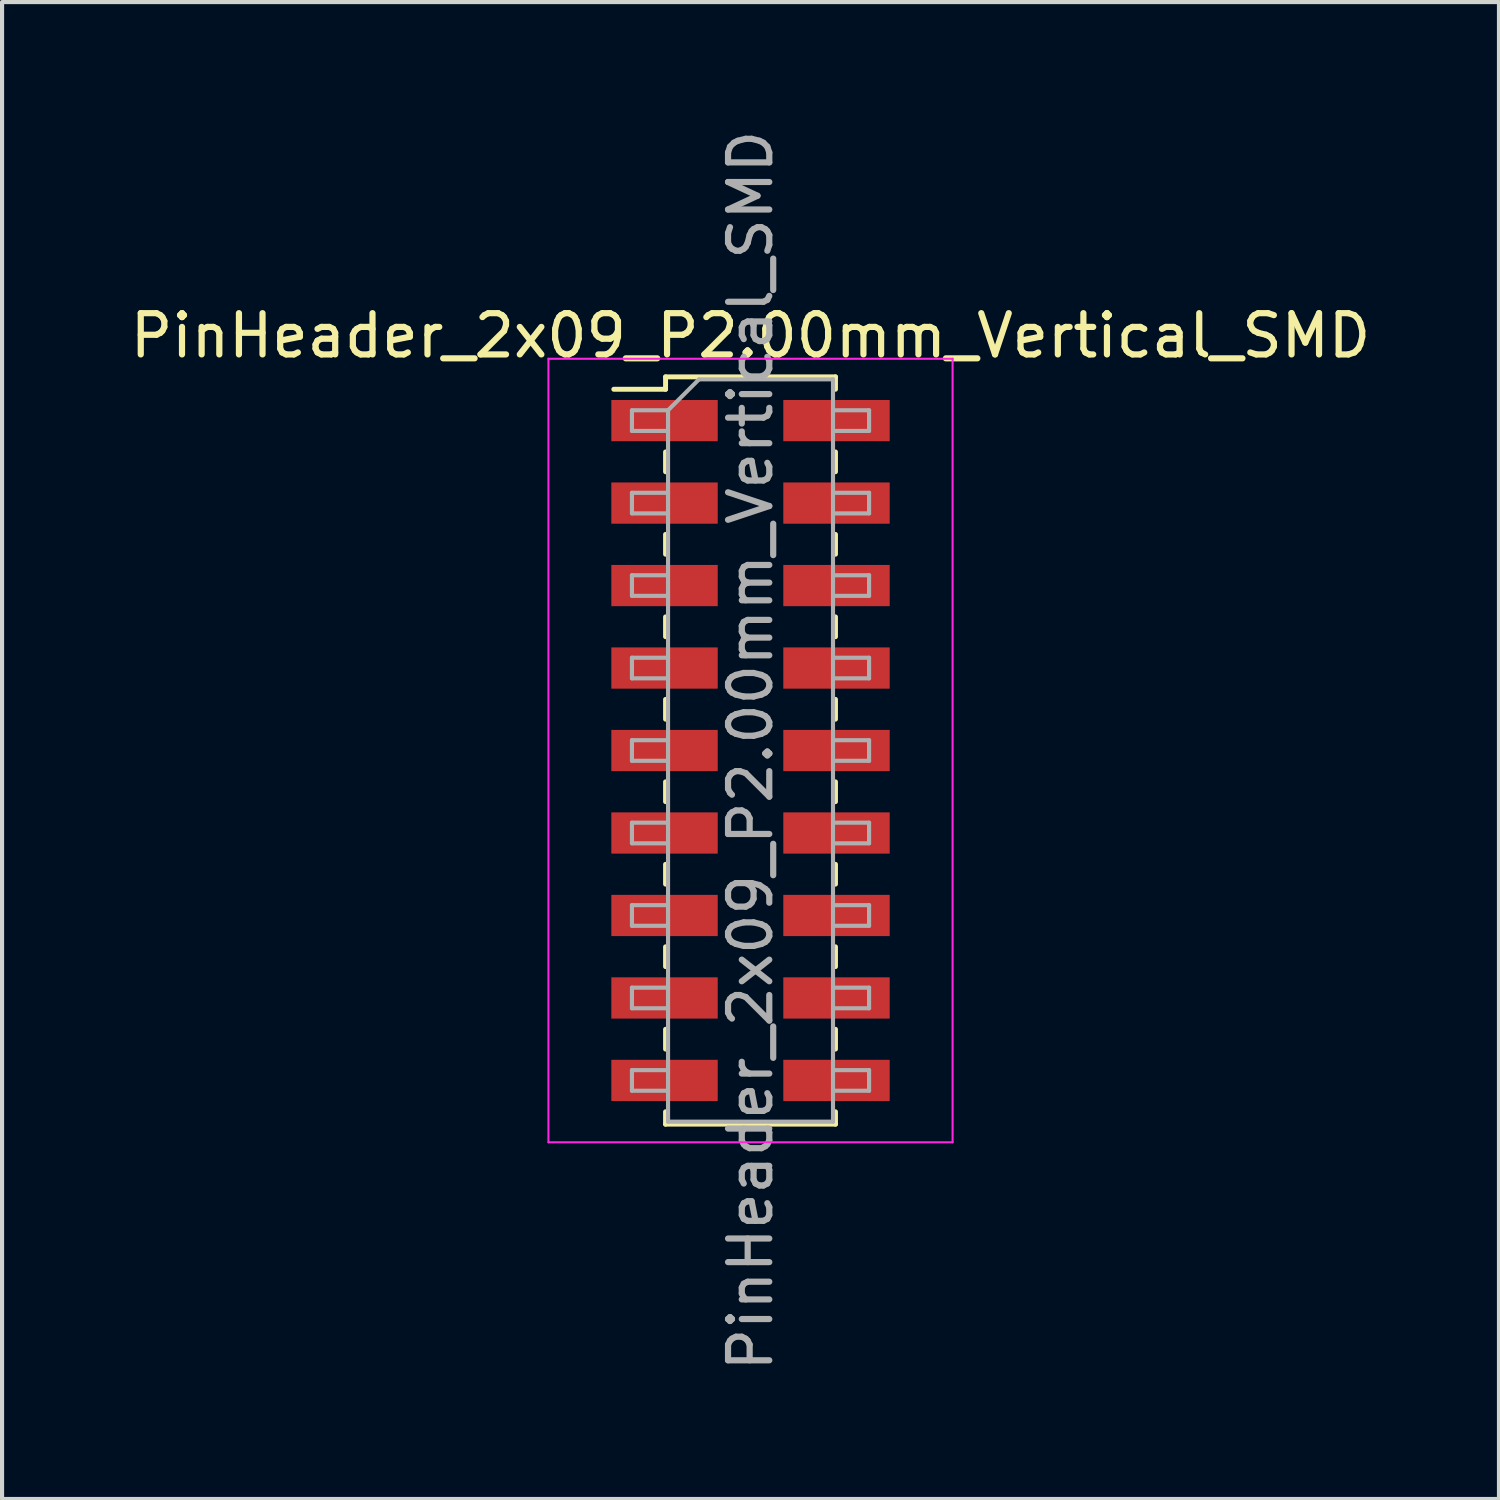
<source format=kicad_pcb>
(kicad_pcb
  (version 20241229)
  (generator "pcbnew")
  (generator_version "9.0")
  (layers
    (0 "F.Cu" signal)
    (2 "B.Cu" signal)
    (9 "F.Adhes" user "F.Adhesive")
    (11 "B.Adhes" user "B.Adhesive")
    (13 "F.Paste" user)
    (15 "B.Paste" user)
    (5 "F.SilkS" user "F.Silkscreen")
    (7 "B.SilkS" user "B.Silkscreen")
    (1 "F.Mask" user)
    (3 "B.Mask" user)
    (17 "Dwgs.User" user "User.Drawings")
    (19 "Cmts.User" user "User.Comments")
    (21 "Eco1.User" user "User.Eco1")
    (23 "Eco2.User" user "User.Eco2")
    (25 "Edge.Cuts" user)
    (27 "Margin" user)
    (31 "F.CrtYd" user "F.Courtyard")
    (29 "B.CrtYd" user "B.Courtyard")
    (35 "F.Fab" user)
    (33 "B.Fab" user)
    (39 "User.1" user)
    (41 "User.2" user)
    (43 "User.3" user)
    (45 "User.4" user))
  (footprint "PinHeader_2x09_P2.00mm_Vertical_SMD"
    (layer "F.Cu")
    (at 15.149 15.149)
    (property "Reference" "PinHeader_2x09_P2.00mm_Vertical_SMD" (at 0 -10.06 0) (layer "F.SilkS") (effects (font (size 1 1) (thickness 0.15))))
    (attr smd)
    (fp_line (start -3.315 -8.76) (end -2.06 -8.76) (stroke (width 0.12) (type solid)) (layer "F.SilkS"))
    (fp_line (start -2.06 -9.06) (end -2.06 -8.76) (stroke (width 0.12) (type solid)) (layer "F.SilkS"))
    (fp_line (start -2.06 -9.06) (end 2.06 -9.06) (stroke (width 0.12) (type solid)) (layer "F.SilkS"))
    (fp_line (start -2.06 -7.24) (end -2.06 -6.76) (stroke (width 0.12) (type solid)) (layer "F.SilkS"))
    (fp_line (start -2.06 -5.24) (end -2.06 -4.76) (stroke (width 0.12) (type solid)) (layer "F.SilkS"))
    (fp_line (start -2.06 -3.24) (end -2.06 -2.76) (stroke (width 0.12) (type solid)) (layer "F.SilkS"))
    (fp_line (start -2.06 -1.24) (end -2.06 -0.76) (stroke (width 0.12) (type solid)) (layer "F.SilkS"))
    (fp_line (start -2.06 0.76) (end -2.06 1.24) (stroke (width 0.12) (type solid)) (layer "F.SilkS"))
    (fp_line (start -2.06 2.76) (end -2.06 3.24) (stroke (width 0.12) (type solid)) (layer "F.SilkS"))
    (fp_line (start -2.06 4.76) (end -2.06 5.24) (stroke (width 0.12) (type solid)) (layer "F.SilkS"))
    (fp_line (start -2.06 6.76) (end -2.06 7.24) (stroke (width 0.12) (type solid)) (layer "F.SilkS"))
    (fp_line (start -2.06 8.76) (end -2.06 9.06) (stroke (width 0.12) (type solid)) (layer "F.SilkS"))
    (fp_line (start -2.06 9.06) (end 2.06 9.06) (stroke (width 0.12) (type solid)) (layer "F.SilkS"))
    (fp_line (start 2.06 -9.06) (end 2.06 -8.76) (stroke (width 0.12) (type solid)) (layer "F.SilkS"))
    (fp_line (start 2.06 -7.24) (end 2.06 -6.76) (stroke (width 0.12) (type solid)) (layer "F.SilkS"))
    (fp_line (start 2.06 -5.24) (end 2.06 -4.76) (stroke (width 0.12) (type solid)) (layer "F.SilkS"))
    (fp_line (start 2.06 -3.24) (end 2.06 -2.76) (stroke (width 0.12) (type solid)) (layer "F.SilkS"))
    (fp_line (start 2.06 -1.24) (end 2.06 -0.76) (stroke (width 0.12) (type solid)) (layer "F.SilkS"))
    (fp_line (start 2.06 0.76) (end 2.06 1.24) (stroke (width 0.12) (type solid)) (layer "F.SilkS"))
    (fp_line (start 2.06 2.76) (end 2.06 3.24) (stroke (width 0.12) (type solid)) (layer "F.SilkS"))
    (fp_line (start 2.06 4.76) (end 2.06 5.24) (stroke (width 0.12) (type solid)) (layer "F.SilkS"))
    (fp_line (start 2.06 6.76) (end 2.06 7.24) (stroke (width 0.12) (type solid)) (layer "F.SilkS"))
    (fp_line (start 2.06 8.76) (end 2.06 9.06) (stroke (width 0.12) (type solid)) (layer "F.SilkS"))
    (fp_line (start -4.9 -9.5) (end -4.9 9.5) (stroke (width 0.05) (type solid)) (layer "F.CrtYd"))
    (fp_line (start -4.9 9.5) (end 4.9 9.5) (stroke (width 0.05) (type solid)) (layer "F.CrtYd"))
    (fp_line (start 4.9 -9.5) (end -4.9 -9.5) (stroke (width 0.05) (type solid)) (layer "F.CrtYd"))
    (fp_line (start 4.9 9.5) (end 4.9 -9.5) (stroke (width 0.05) (type solid)) (layer "F.CrtYd"))
    (fp_line (start -2.875 -8.25) (end -2.875 -7.75) (stroke (width 0.1) (type solid)) (layer "F.Fab"))
    (fp_line (start -2.875 -7.75) (end -2 -7.75) (stroke (width 0.1) (type solid)) (layer "F.Fab"))
    (fp_line (start -2.875 -6.25) (end -2.875 -5.75) (stroke (width 0.1) (type solid)) (layer "F.Fab"))
    (fp_line (start -2.875 -5.75) (end -2 -5.75) (stroke (width 0.1) (type solid)) (layer "F.Fab"))
    (fp_line (start -2.875 -4.25) (end -2.875 -3.75) (stroke (width 0.1) (type solid)) (layer "F.Fab"))
    (fp_line (start -2.875 -3.75) (end -2 -3.75) (stroke (width 0.1) (type solid)) (layer "F.Fab"))
    (fp_line (start -2.875 -2.25) (end -2.875 -1.75) (stroke (width 0.1) (type solid)) (layer "F.Fab"))
    (fp_line (start -2.875 -1.75) (end -2 -1.75) (stroke (width 0.1) (type solid)) (layer "F.Fab"))
    (fp_line (start -2.875 -0.25) (end -2.875 0.25) (stroke (width 0.1) (type solid)) (layer "F.Fab"))
    (fp_line (start -2.875 0.25) (end -2 0.25) (stroke (width 0.1) (type solid)) (layer "F.Fab"))
    (fp_line (start -2.875 1.75) (end -2.875 2.25) (stroke (width 0.1) (type solid)) (layer "F.Fab"))
    (fp_line (start -2.875 2.25) (end -2 2.25) (stroke (width 0.1) (type solid)) (layer "F.Fab"))
    (fp_line (start -2.875 3.75) (end -2.875 4.25) (stroke (width 0.1) (type solid)) (layer "F.Fab"))
    (fp_line (start -2.875 4.25) (end -2 4.25) (stroke (width 0.1) (type solid)) (layer "F.Fab"))
    (fp_line (start -2.875 5.75) (end -2.875 6.25) (stroke (width 0.1) (type solid)) (layer "F.Fab"))
    (fp_line (start -2.875 6.25) (end -2 6.25) (stroke (width 0.1) (type solid)) (layer "F.Fab"))
    (fp_line (start -2.875 7.75) (end -2.875 8.25) (stroke (width 0.1) (type solid)) (layer "F.Fab"))
    (fp_line (start -2.875 8.25) (end -2 8.25) (stroke (width 0.1) (type solid)) (layer "F.Fab"))
    (fp_line (start -2 -8.25) (end -2.875 -8.25) (stroke (width 0.1) (type solid)) (layer "F.Fab"))
    (fp_line (start -2 -8.25) (end -1.25 -9) (stroke (width 0.1) (type solid)) (layer "F.Fab"))
    (fp_line (start -2 -6.25) (end -2.875 -6.25) (stroke (width 0.1) (type solid)) (layer "F.Fab"))
    (fp_line (start -2 -4.25) (end -2.875 -4.25) (stroke (width 0.1) (type solid)) (layer "F.Fab"))
    (fp_line (start -2 -2.25) (end -2.875 -2.25) (stroke (width 0.1) (type solid)) (layer "F.Fab"))
    (fp_line (start -2 -0.25) (end -2.875 -0.25) (stroke (width 0.1) (type solid)) (layer "F.Fab"))
    (fp_line (start -2 1.75) (end -2.875 1.75) (stroke (width 0.1) (type solid)) (layer "F.Fab"))
    (fp_line (start -2 3.75) (end -2.875 3.75) (stroke (width 0.1) (type solid)) (layer "F.Fab"))
    (fp_line (start -2 5.75) (end -2.875 5.75) (stroke (width 0.1) (type solid)) (layer "F.Fab"))
    (fp_line (start -2 7.75) (end -2.875 7.75) (stroke (width 0.1) (type solid)) (layer "F.Fab"))
    (fp_line (start -2 9) (end -2 -8.25) (stroke (width 0.1) (type solid)) (layer "F.Fab"))
    (fp_line (start -1.25 -9) (end 2 -9) (stroke (width 0.1) (type solid)) (layer "F.Fab"))
    (fp_line (start 2 -9) (end 2 9) (stroke (width 0.1) (type solid)) (layer "F.Fab"))
    (fp_line (start 2 -8.25) (end 2.875 -8.25) (stroke (width 0.1) (type solid)) (layer "F.Fab"))
    (fp_line (start 2 -6.25) (end 2.875 -6.25) (stroke (width 0.1) (type solid)) (layer "F.Fab"))
    (fp_line (start 2 -4.25) (end 2.875 -4.25) (stroke (width 0.1) (type solid)) (layer "F.Fab"))
    (fp_line (start 2 -2.25) (end 2.875 -2.25) (stroke (width 0.1) (type solid)) (layer "F.Fab"))
    (fp_line (start 2 -0.25) (end 2.875 -0.25) (stroke (width 0.1) (type solid)) (layer "F.Fab"))
    (fp_line (start 2 1.75) (end 2.875 1.75) (stroke (width 0.1) (type solid)) (layer "F.Fab"))
    (fp_line (start 2 3.75) (end 2.875 3.75) (stroke (width 0.1) (type solid)) (layer "F.Fab"))
    (fp_line (start 2 5.75) (end 2.875 5.75) (stroke (width 0.1) (type solid)) (layer "F.Fab"))
    (fp_line (start 2 7.75) (end 2.875 7.75) (stroke (width 0.1) (type solid)) (layer "F.Fab"))
    (fp_line (start 2 9) (end -2 9) (stroke (width 0.1) (type solid)) (layer "F.Fab"))
    (fp_line (start 2.875 -8.25) (end 2.875 -7.75) (stroke (width 0.1) (type solid)) (layer "F.Fab"))
    (fp_line (start 2.875 -7.75) (end 2 -7.75) (stroke (width 0.1) (type solid)) (layer "F.Fab"))
    (fp_line (start 2.875 -6.25) (end 2.875 -5.75) (stroke (width 0.1) (type solid)) (layer "F.Fab"))
    (fp_line (start 2.875 -5.75) (end 2 -5.75) (stroke (width 0.1) (type solid)) (layer "F.Fab"))
    (fp_line (start 2.875 -4.25) (end 2.875 -3.75) (stroke (width 0.1) (type solid)) (layer "F.Fab"))
    (fp_line (start 2.875 -3.75) (end 2 -3.75) (stroke (width 0.1) (type solid)) (layer "F.Fab"))
    (fp_line (start 2.875 -2.25) (end 2.875 -1.75) (stroke (width 0.1) (type solid)) (layer "F.Fab"))
    (fp_line (start 2.875 -1.75) (end 2 -1.75) (stroke (width 0.1) (type solid)) (layer "F.Fab"))
    (fp_line (start 2.875 -0.25) (end 2.875 0.25) (stroke (width 0.1) (type solid)) (layer "F.Fab"))
    (fp_line (start 2.875 0.25) (end 2 0.25) (stroke (width 0.1) (type solid)) (layer "F.Fab"))
    (fp_line (start 2.875 1.75) (end 2.875 2.25) (stroke (width 0.1) (type solid)) (layer "F.Fab"))
    (fp_line (start 2.875 2.25) (end 2 2.25) (stroke (width 0.1) (type solid)) (layer "F.Fab"))
    (fp_line (start 2.875 3.75) (end 2.875 4.25) (stroke (width 0.1) (type solid)) (layer "F.Fab"))
    (fp_line (start 2.875 4.25) (end 2 4.25) (stroke (width 0.1) (type solid)) (layer "F.Fab"))
    (fp_line (start 2.875 5.75) (end 2.875 6.25) (stroke (width 0.1) (type solid)) (layer "F.Fab"))
    (fp_line (start 2.875 6.25) (end 2 6.25) (stroke (width 0.1) (type solid)) (layer "F.Fab"))
    (fp_line (start 2.875 7.75) (end 2.875 8.25) (stroke (width 0.1) (type solid)) (layer "F.Fab"))
    (fp_line (start 2.875 8.25) (end 2 8.25) (stroke (width 0.1) (type solid)) (layer "F.Fab"))
    (fp_text user "${REFERENCE}" (at 0 0 90) (layer "F.Fab") (effects (font (size 1 1) (thickness 0.15))))
    (pad "1" smd rect (at -2.085 -8) (size 2.58 1) (layers "F.Cu" "F.Mask" "F.Paste"))
    (pad "2" smd rect (at 2.085 -8) (size 2.58 1) (layers "F.Cu" "F.Mask" "F.Paste"))
    (pad "3" smd rect (at -2.085 -6) (size 2.58 1) (layers "F.Cu" "F.Mask" "F.Paste"))
    (pad "4" smd rect (at 2.085 -6) (size 2.58 1) (layers "F.Cu" "F.Mask" "F.Paste"))
    (pad "5" smd rect (at -2.085 -4) (size 2.58 1) (layers "F.Cu" "F.Mask" "F.Paste"))
    (pad "6" smd rect (at 2.085 -4) (size 2.58 1) (layers "F.Cu" "F.Mask" "F.Paste"))
    (pad "7" smd rect (at -2.085 -2) (size 2.58 1) (layers "F.Cu" "F.Mask" "F.Paste"))
    (pad "8" smd rect (at 2.085 -2) (size 2.58 1) (layers "F.Cu" "F.Mask" "F.Paste"))
    (pad "9" smd rect (at -2.085 0) (size 2.58 1) (layers "F.Cu" "F.Mask" "F.Paste"))
    (pad "10" smd rect (at 2.085 0) (size 2.58 1) (layers "F.Cu" "F.Mask" "F.Paste"))
    (pad "11" smd rect (at -2.085 2) (size 2.58 1) (layers "F.Cu" "F.Mask" "F.Paste"))
    (pad "12" smd rect (at 2.085 2) (size 2.58 1) (layers "F.Cu" "F.Mask" "F.Paste"))
    (pad "13" smd rect (at -2.085 4) (size 2.58 1) (layers "F.Cu" "F.Mask" "F.Paste"))
    (pad "14" smd rect (at 2.085 4) (size 2.58 1) (layers "F.Cu" "F.Mask" "F.Paste"))
    (pad "15" smd rect (at -2.085 6) (size 2.58 1) (layers "F.Cu" "F.Mask" "F.Paste"))
    (pad "16" smd rect (at 2.085 6) (size 2.58 1) (layers "F.Cu" "F.Mask" "F.Paste"))
    (pad "17" smd rect (at -2.085 8) (size 2.58 1) (layers "F.Cu" "F.Mask" "F.Paste"))
    (pad "18" smd rect (at 2.085 8) (size 2.58 1) (layers "F.Cu" "F.Mask" "F.Paste")))
  (gr_rect
    (start -3 -3)
    (end 33.298 33.298)
    (stroke (width 0.1) (type default))
    (fill no)
    (layer "Edge.Cuts")))
</source>
